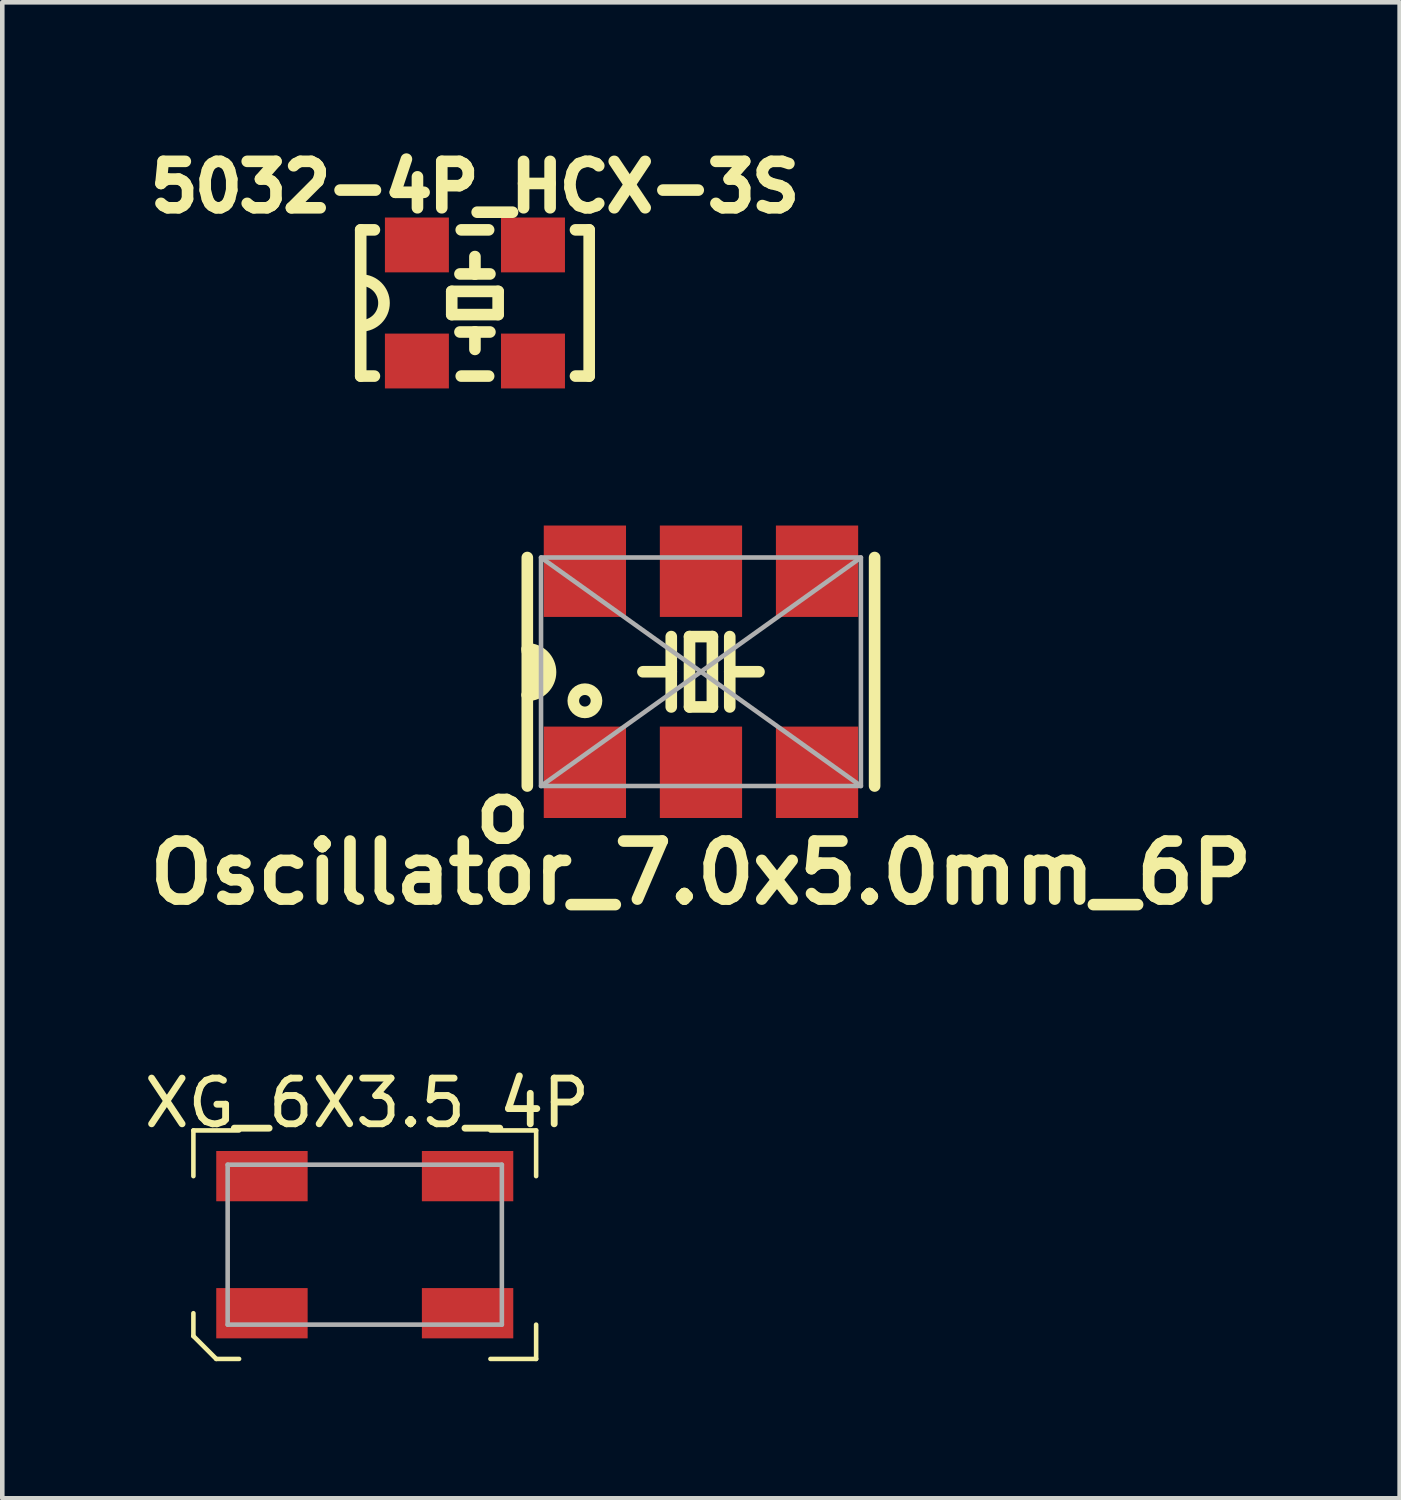
<source format=kicad_pcb>
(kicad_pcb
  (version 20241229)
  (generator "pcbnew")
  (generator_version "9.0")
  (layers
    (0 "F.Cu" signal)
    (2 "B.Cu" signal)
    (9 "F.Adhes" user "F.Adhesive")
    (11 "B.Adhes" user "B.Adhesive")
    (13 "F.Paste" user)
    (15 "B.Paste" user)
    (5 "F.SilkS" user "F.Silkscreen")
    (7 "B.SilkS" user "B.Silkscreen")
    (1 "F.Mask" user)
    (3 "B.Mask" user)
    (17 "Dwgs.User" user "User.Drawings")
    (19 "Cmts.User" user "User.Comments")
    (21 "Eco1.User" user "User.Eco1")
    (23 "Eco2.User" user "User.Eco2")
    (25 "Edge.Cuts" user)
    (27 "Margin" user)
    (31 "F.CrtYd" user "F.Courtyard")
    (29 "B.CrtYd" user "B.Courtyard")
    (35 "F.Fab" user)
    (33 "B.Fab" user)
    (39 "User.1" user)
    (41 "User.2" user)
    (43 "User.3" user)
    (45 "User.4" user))
  (footprint "5032-4P_HCX-3S"
    (layer "F.Cu")
    (at 7.343 3.58)
    (property "Reference" "5032-4P_HCX-3S" (at 0 -2.54 0) (layer "F.SilkS") (effects (font (size 1.016 1.016) (thickness 0.254) (bold yes))))
    (attr smd)
    (fp_line (start -2.5 -1.6) (end -2.2 -1.6) (stroke (width 0.254) (type solid)) (layer "F.SilkS"))
    (fp_line (start -2.5 1.6) (end -2.5 -1.6) (stroke (width 0.254) (type solid)) (layer "F.SilkS"))
    (fp_line (start -2.5 1.6) (end -2.2 1.6) (stroke (width 0.254) (type solid)) (layer "F.SilkS"))
    (fp_line (start -0.508 -0.254) (end -0.508 0.254) (stroke (width 0.254) (type solid)) (layer "F.SilkS"))
    (fp_line (start -0.508 0.254) (end 0.508 0.254) (stroke (width 0.254) (type solid)) (layer "F.SilkS"))
    (fp_line (start -0.328 -0.635) (end 0 -0.635) (stroke (width 0.254) (type solid)) (layer "F.SilkS"))
    (fp_line (start -0.328 0.635) (end 0 0.635) (stroke (width 0.254) (type solid)) (layer "F.SilkS"))
    (fp_line (start -0.3 -1.6) (end 0.3 -1.6) (stroke (width 0.254) (type solid)) (layer "F.SilkS"))
    (fp_line (start -0.3 1.6) (end 0.3 1.6) (stroke (width 0.254) (type solid)) (layer "F.SilkS"))
    (fp_line (start 0 -0.635) (end 0 -1.016) (stroke (width 0.254) (type solid)) (layer "F.SilkS"))
    (fp_line (start 0 -0.635) (end 0.328 -0.635) (stroke (width 0.254) (type solid)) (layer "F.SilkS"))
    (fp_line (start 0 0.635) (end 0 1.016) (stroke (width 0.254) (type solid)) (layer "F.SilkS"))
    (fp_line (start 0 0.635) (end 0.328 0.635) (stroke (width 0.254) (type solid)) (layer "F.SilkS"))
    (fp_line (start 0.508 -0.254) (end -0.508 -0.254) (stroke (width 0.254) (type solid)) (layer "F.SilkS"))
    (fp_line (start 0.508 0.254) (end 0.508 -0.254) (stroke (width 0.254) (type solid)) (layer "F.SilkS"))
    (fp_line (start 2.2 -1.6) (end 2.5 -1.6) (stroke (width 0.254) (type solid)) (layer "F.SilkS"))
    (fp_line (start 2.2 1.6) (end 2.5 1.6) (stroke (width 0.254) (type solid)) (layer "F.SilkS"))
    (fp_line (start 2.5 -1.6) (end 2.5 1.6) (stroke (width 0.254) (type solid)) (layer "F.SilkS"))
    (fp_arc (start -2.49 -0.5) (mid -1.99 0) (end -2.49 0.5) (stroke (width 0.254) (type solid)) (layer "F.SilkS"))
    (pad "1" smd rect (at -1.27 1.27) (size 1.4 1.2) (layers "F.Cu" "F.Mask" "F.Paste"))
    (pad "2" smd rect (at 1.27 1.27) (size 1.4 1.2) (layers "F.Cu" "F.Mask" "F.Paste"))
    (pad "3" smd rect (at 1.27 -1.27) (size 1.4 1.2) (layers "F.Cu" "F.Mask" "F.Paste"))
    (pad "4" smd rect (at -1.27 -1.27) (size 1.4 1.2) (layers "F.Cu" "F.Mask" "F.Paste")))
  (footprint "Oscillator_7.0x5.0mm_6P"
    (layer "F.Cu")
    (at 12.289 11.65)
    (property "Reference" "Oscillator_7.0x5.0mm_6P" (at 0 4.4 0) (layer "F.SilkS") (effects (font (size 1.27 1.27) (thickness 0.254))))
    (attr smd)
    (fp_line (start -3.8 -2.5) (end -3.8 -0.45) (stroke (width 0.254) (type solid)) (layer "F.SilkS"))
    (fp_line (start -3.8 -0.5) (end -3.8 0.5) (stroke (width 0.254) (type solid)) (layer "F.SilkS"))
    (fp_line (start -3.8 0.5) (end -3.8 2.5) (stroke (width 0.254) (type solid)) (layer "F.SilkS"))
    (fp_line (start -3.6 -0.4) (end -3.6 0.4) (stroke (width 0.254) (type solid)) (layer "F.SilkS"))
    (fp_line (start -3.4 -0.2) (end -3.4 0.2) (stroke (width 0.254) (type solid)) (layer "F.SilkS"))
    (fp_line (start -0.65 0.77) (end -0.65 0) (stroke (width 0.254) (type solid)) (layer "F.SilkS"))
    (fp_line (start -0.65 0) (end -1.27 0) (stroke (width 0.254) (type solid)) (layer "F.SilkS"))
    (fp_line (start -0.65 0) (end -0.65 -0.77) (stroke (width 0.254) (type solid)) (layer "F.SilkS"))
    (fp_line (start -0.25 -0.77) (end -0.25 0.77) (stroke (width 0.254) (type solid)) (layer "F.SilkS"))
    (fp_line (start -0.25 0.77) (end 0.25 0.77) (stroke (width 0.254) (type solid)) (layer "F.SilkS"))
    (fp_line (start 0.25 -0.77) (end -0.25 -0.77) (stroke (width 0.254) (type solid)) (layer "F.SilkS"))
    (fp_line (start 0.25 0.77) (end 0.25 -0.77) (stroke (width 0.254) (type solid)) (layer "F.SilkS"))
    (fp_line (start 0.63 0) (end 0.63 -0.77) (stroke (width 0.254) (type solid)) (layer "F.SilkS"))
    (fp_line (start 0.63 0) (end 1.27 0) (stroke (width 0.254) (type solid)) (layer "F.SilkS"))
    (fp_line (start 0.63 0.77) (end 0.63 0) (stroke (width 0.254) (type solid)) (layer "F.SilkS"))
    (fp_line (start 3.8 2.5) (end 3.8 -2.5) (stroke (width 0.254) (type solid)) (layer "F.SilkS"))
    (fp_arc (start -3.8 -0.5) (mid -3.29238 0.00762) (end -3.8 0.51524) (stroke (width 0.254) (type solid)) (layer "F.SilkS"))
    (fp_circle (center -2.54 0.635) (end -2.794 0.635) (stroke (width 0.254) (type solid)) (fill no) (layer "F.SilkS"))
    (fp_line (start -3.5 -2.5) (end 3.5 2.5) (stroke (width 0.1) (type default)) (layer "F.Fab"))
    (fp_line (start 3.5 -2.5) (end -3.5 2.5) (stroke (width 0.1) (type default)) (layer "F.Fab"))
    (fp_rect (start -3.5 -2.5) (end 3.5 2.5) (stroke (width 0.1) (type default)) (fill no) (layer "F.Fab"))
    (fp_text user "o" (at -5.08 3.81 0) (unlocked yes) (layer "F.SilkS") (effects (font (size 1.27 1.27) (thickness 0.254) (bold yes)) (justify left bottom)))
    (pad "1" smd rect (at -2.54 2.2) (size 1.8 2) (layers "F.Cu" "F.Mask" "F.Paste"))
    (pad "2" smd rect (at 0 2.2) (size 1.8 2) (layers "F.Cu" "F.Mask" "F.Paste"))
    (pad "3" smd rect (at 2.54 2.2) (size 1.8 2) (layers "F.Cu" "F.Mask" "F.Paste"))
    (pad "4" smd rect (at 2.54 -2.2) (size 1.8 2) (layers "F.Cu" "F.Mask" "F.Paste"))
    (pad "5" smd rect (at 0 -2.2) (size 1.8 2) (layers "F.Cu" "F.Mask" "F.Paste"))
    (pad "6" smd rect (at -2.54 -2.2) (size 1.8 2) (layers "F.Cu" "F.Mask" "F.Paste")))
  (footprint "XG_6X3.5_4P"
    (layer "F.Cu")
    (at 4.932 24.187)
    (property "Reference" "XG_6X3.5_4P" (at 0.05 -3.1 0) (layer "F.SilkS") (effects (font (size 1 1) (thickness 0.15))))
    (attr smd)
    (fp_line (start -3.75 -2.5) (end -3.75 -1.5) (stroke (width 0.1) (type solid)) (layer "F.SilkS"))
    (fp_line (start -3.75 -2.5) (end -2.75 -2.5) (stroke (width 0.1) (type solid)) (layer "F.SilkS"))
    (fp_line (start -3.75 2) (end -3.75 1.5) (stroke (width 0.1) (type solid)) (layer "F.SilkS"))
    (fp_line (start -3.75 2) (end -3.25 2.5) (stroke (width 0.1) (type solid)) (layer "F.SilkS"))
    (fp_line (start -3.25 2.5) (end -2.75 2.5) (stroke (width 0.1) (type solid)) (layer "F.SilkS"))
    (fp_line (start 2.75 -2.5) (end 3.75 -2.5) (stroke (width 0.1) (type solid)) (layer "F.SilkS"))
    (fp_line (start 2.75 2.5) (end 3.75 2.5) (stroke (width 0.1) (type solid)) (layer "F.SilkS"))
    (fp_line (start 3.75 -2.5) (end 3.75 -1.5) (stroke (width 0.1) (type solid)) (layer "F.SilkS"))
    (fp_line (start 3.75 2.5) (end 3.75 1.75) (stroke (width 0.1) (type solid)) (layer "F.SilkS"))
    (fp_line (start -3 -1.75) (end 3 -1.75) (stroke (width 0.1) (type solid)) (layer "F.Fab"))
    (fp_line (start -3 1.75) (end -3 -1.75) (stroke (width 0.1) (type solid)) (layer "F.Fab"))
    (fp_line (start 3 -1.75) (end 3 1.75) (stroke (width 0.1) (type solid)) (layer "F.Fab"))
    (fp_line (start 3 1.75) (end -3 1.75) (stroke (width 0.1) (type solid)) (layer "F.Fab"))
    (pad "1" smd rect (at -2.25 1.5) (size 2 1.1) (layers "F.Cu" "F.Mask" "F.Paste"))
    (pad "2" smd rect (at 2.25 1.5) (size 2 1.1) (layers "F.Cu" "F.Mask" "F.Paste"))
    (pad "3" smd rect (at 2.25 -1.5) (size 2 1.1) (layers "F.Cu" "F.Mask" "F.Paste"))
    (pad "4" smd rect (at -2.25 -1.5) (size 2 1.1) (layers "F.Cu" "F.Mask" "F.Paste")))
  (gr_rect
    (start -3 -3)
    (end 27.578 29.737)
    (stroke (width 0.1) (type default))
    (fill no)
    (layer "Edge.Cuts")))
</source>
